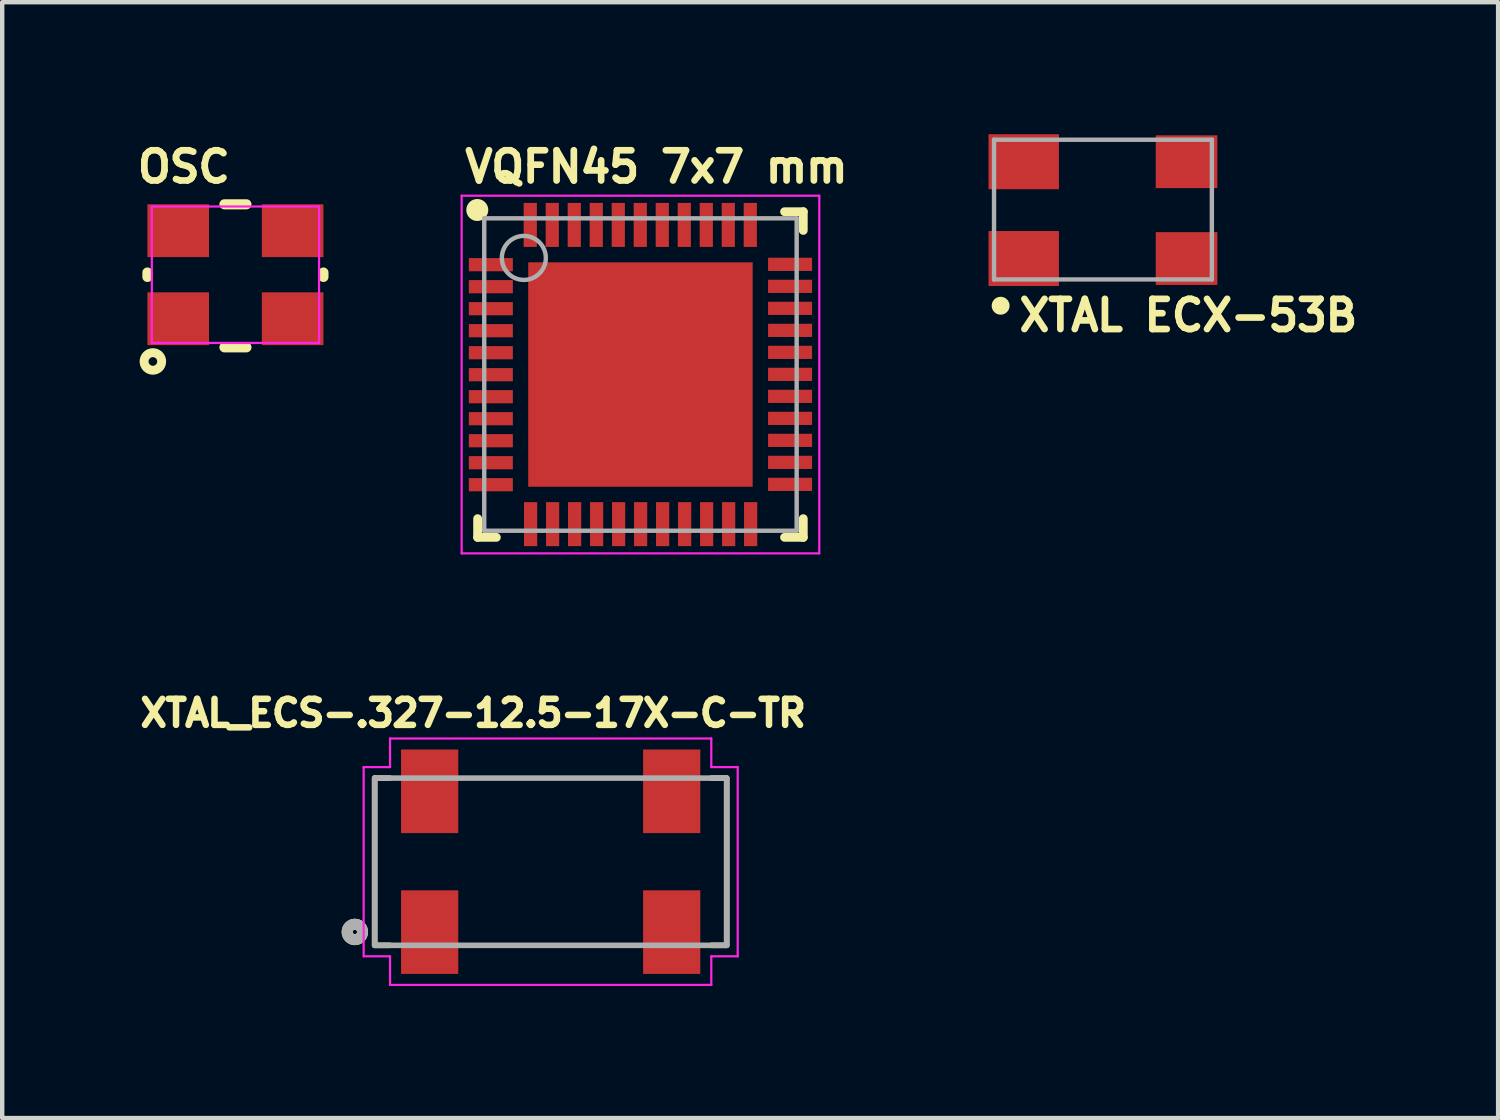
<source format=kicad_pcb>
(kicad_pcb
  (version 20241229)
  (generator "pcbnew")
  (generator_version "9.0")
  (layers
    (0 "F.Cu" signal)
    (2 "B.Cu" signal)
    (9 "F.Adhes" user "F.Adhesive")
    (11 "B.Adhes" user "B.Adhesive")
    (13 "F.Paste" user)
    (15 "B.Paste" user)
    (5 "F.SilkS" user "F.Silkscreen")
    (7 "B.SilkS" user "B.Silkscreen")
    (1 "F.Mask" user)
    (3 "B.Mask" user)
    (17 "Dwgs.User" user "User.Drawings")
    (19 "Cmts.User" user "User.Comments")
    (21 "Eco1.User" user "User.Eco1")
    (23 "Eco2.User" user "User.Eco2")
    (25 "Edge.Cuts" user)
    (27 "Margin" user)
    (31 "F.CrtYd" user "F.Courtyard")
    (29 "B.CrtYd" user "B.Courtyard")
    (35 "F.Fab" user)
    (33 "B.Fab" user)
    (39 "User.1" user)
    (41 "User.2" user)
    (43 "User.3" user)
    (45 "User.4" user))
  (footprint "VQFN45 7x7 mm"
    (layer "F.Cu")
    (at 11.504 5.461)
    (property "Reference" "VQFN45 7x7 mm" (at -4.064 -4.318 0) (unlocked yes) (layer "F.SilkS") (effects (font (size 0.686 0.686) (thickness 0.152)) (justify left bottom)))
    (fp_line (start -3.7 3.7) (end -3.7 3.275) (stroke (width 0.2) (type solid)) (layer "F.SilkS"))
    (fp_line (start -3.275 3.7) (end -3.7 3.7) (stroke (width 0.2) (type solid)) (layer "F.SilkS"))
    (fp_line (start 3.7 -3.7) (end 3.275 -3.7) (stroke (width 0.2) (type solid)) (layer "F.SilkS"))
    (fp_line (start 3.7 -3.275) (end 3.7 -3.7) (stroke (width 0.2) (type solid)) (layer "F.SilkS"))
    (fp_line (start 3.7 3.7) (end 3.275 3.7) (stroke (width 0.2) (type solid)) (layer "F.SilkS"))
    (fp_line (start 3.7 3.7) (end 3.7 3.275) (stroke (width 0.2) (type solid)) (layer "F.SilkS"))
    (fp_circle (center -3.708 -3.739) (end -3.833 -3.739) (stroke (width 0.25) (type solid)) (fill no) (layer "F.SilkS"))
    (fp_rect (start -2.5 -1.4) (end -1.4 -2.5) (stroke (width 0) (type default)) (fill yes) (layer "F.Paste"))
    (fp_rect (start -2.5 -0.1) (end -1.4 -1.2) (stroke (width 0) (type default)) (fill yes) (layer "F.Paste"))
    (fp_rect (start -2.5 1.2) (end -1.4 0.1) (stroke (width 0) (type default)) (fill yes) (layer "F.Paste"))
    (fp_rect (start -2.5 2.5) (end -1.4 1.4) (stroke (width 0) (type default)) (fill yes) (layer "F.Paste"))
    (fp_rect (start -1.2 -1.4) (end -0.1 -2.5) (stroke (width 0) (type default)) (fill yes) (layer "F.Paste"))
    (fp_rect (start -1.2 -0.1) (end -0.1 -1.2) (stroke (width 0) (type default)) (fill yes) (layer "F.Paste"))
    (fp_rect (start -1.2 1.2) (end -0.1 0.1) (stroke (width 0) (type default)) (fill yes) (layer "F.Paste"))
    (fp_rect (start -1.2 2.5) (end -0.1 1.4) (stroke (width 0) (type default)) (fill yes) (layer "F.Paste"))
    (fp_rect (start 0.1 -1.4) (end 1.2 -2.5) (stroke (width 0) (type default)) (fill yes) (layer "F.Paste"))
    (fp_rect (start 0.1 -0.1) (end 1.2 -1.2) (stroke (width 0) (type default)) (fill yes) (layer "F.Paste"))
    (fp_rect (start 0.1 1.2) (end 1.2 0.1) (stroke (width 0) (type default)) (fill yes) (layer "F.Paste"))
    (fp_rect (start 0.1 2.5) (end 1.2 1.4) (stroke (width 0) (type default)) (fill yes) (layer "F.Paste"))
    (fp_rect (start 1.4 -1.4) (end 2.5 -2.5) (stroke (width 0) (type default)) (fill yes) (layer "F.Paste"))
    (fp_rect (start 1.4 -0.1) (end 2.5 -1.2) (stroke (width 0) (type default)) (fill yes) (layer "F.Paste"))
    (fp_rect (start 1.4 1.2) (end 2.5 0.1) (stroke (width 0) (type default)) (fill yes) (layer "F.Paste"))
    (fp_rect (start 1.4 2.5) (end 2.5 1.4) (stroke (width 0) (type default)) (fill yes) (layer "F.Paste"))
    (fp_line (start 0 0.5) (end 0 -0.5) (stroke (width 0.1) (type solid)) (layer "Eco1.User"))
    (fp_line (start 0.5 0) (end -0.5 0) (stroke (width 0.1) (type solid)) (layer "Eco1.User"))
    (fp_line (start -4.064 4.064) (end -4.064 -4.064) (stroke (width 0.05) (type solid)) (layer "F.CrtYd"))
    (fp_line (start 4.064 -4.064) (end -4.064 -4.064) (stroke (width 0.05) (type solid)) (layer "F.CrtYd"))
    (fp_line (start 4.064 4.064) (end -4.064 4.064) (stroke (width 0.05) (type solid)) (layer "F.CrtYd"))
    (fp_line (start 4.064 4.064) (end 4.064 -4.064) (stroke (width 0.05) (type solid)) (layer "F.CrtYd"))
    (fp_line (start -3.55 3.55) (end -3.55 -3.55) (stroke (width 0.1) (type solid)) (layer "F.Fab"))
    (fp_line (start 3.55 -3.55) (end -3.55 -3.55) (stroke (width 0.1) (type solid)) (layer "F.Fab"))
    (fp_line (start 3.55 3.55) (end -3.55 3.55) (stroke (width 0.1) (type solid)) (layer "F.Fab"))
    (fp_line (start 3.55 3.55) (end 3.55 -3.55) (stroke (width 0.1) (type solid)) (layer "F.Fab"))
    (fp_circle (center -2.65 -2.65) (end -2.15 -2.65) (stroke (width 0.1) (type solid)) (fill no) (layer "F.Fab"))
    (pad "1" smd rect (at -3.4 -2.496 90) (size 0.3 1) (layers "F.Cu" "F.Mask" "F.Paste"))
    (pad "2" smd rect (at -3.4 -1.996 90) (size 0.3 1) (layers "F.Cu" "F.Mask" "F.Paste"))
    (pad "3" smd rect (at -3.4 -1.496 90) (size 0.3 1) (layers "F.Cu" "F.Mask" "F.Paste"))
    (pad "4" smd rect (at -3.4 -0.996 90) (size 0.3 1) (layers "F.Cu" "F.Mask" "F.Paste"))
    (pad "5" smd rect (at -3.4 -0.496 90) (size 0.3 1) (layers "F.Cu" "F.Mask" "F.Paste"))
    (pad "6" smd rect (at -3.4 0.004 90) (size 0.3 1) (layers "F.Cu" "F.Mask" "F.Paste"))
    (pad "7" smd rect (at -3.4 0.504 90) (size 0.3 1) (layers "F.Cu" "F.Mask" "F.Paste"))
    (pad "8" smd rect (at -3.4 1.004 90) (size 0.3 1) (layers "F.Cu" "F.Mask" "F.Paste"))
    (pad "9" smd rect (at -3.4 1.504 90) (size 0.3 1) (layers "F.Cu" "F.Mask" "F.Paste"))
    (pad "10" smd rect (at -3.4 2.004 90) (size 0.3 1) (layers "F.Cu" "F.Mask" "F.Paste"))
    (pad "11" smd rect (at -3.4 2.504 90) (size 0.3 1) (layers "F.Cu" "F.Mask" "F.Paste"))
    (pad "12" smd rect (at -2.496 3.4) (size 0.3 1) (layers "F.Cu" "F.Mask" "F.Paste"))
    (pad "13" smd rect (at -1.996 3.4) (size 0.3 1) (layers "F.Cu" "F.Mask" "F.Paste"))
    (pad "14" smd rect (at -1.496 3.4) (size 0.3 1) (layers "F.Cu" "F.Mask" "F.Paste"))
    (pad "15" smd rect (at -0.996 3.4) (size 0.3 1) (layers "F.Cu" "F.Mask" "F.Paste"))
    (pad "16" smd rect (at -0.496 3.4) (size 0.3 1) (layers "F.Cu" "F.Mask" "F.Paste"))
    (pad "17" smd rect (at 0.004 3.4) (size 0.3 1) (layers "F.Cu" "F.Mask" "F.Paste"))
    (pad "18" smd rect (at 0.504 3.4) (size 0.3 1) (layers "F.Cu" "F.Mask" "F.Paste"))
    (pad "19" smd rect (at 1.004 3.4) (size 0.3 1) (layers "F.Cu" "F.Mask" "F.Paste"))
    (pad "20" smd rect (at 1.504 3.4) (size 0.3 1) (layers "F.Cu" "F.Mask" "F.Paste"))
    (pad "21" smd rect (at 2.004 3.4) (size 0.3 1) (layers "F.Cu" "F.Mask" "F.Paste"))
    (pad "22" smd rect (at 2.504 3.4) (size 0.3 1) (layers "F.Cu" "F.Mask" "F.Paste"))
    (pad "23" smd rect (at 3.4 2.496 90) (size 0.3 1) (layers "F.Cu" "F.Mask" "F.Paste"))
    (pad "24" smd rect (at 3.4 1.996 90) (size 0.3 1) (layers "F.Cu" "F.Mask" "F.Paste"))
    (pad "25" smd rect (at 3.4 1.496 90) (size 0.3 1) (layers "F.Cu" "F.Mask" "F.Paste"))
    (pad "26" smd rect (at 3.4 0.996 90) (size 0.3 1) (layers "F.Cu" "F.Mask" "F.Paste"))
    (pad "27" smd rect (at 3.4 0.496 90) (size 0.3 1) (layers "F.Cu" "F.Mask" "F.Paste"))
    (pad "28" smd rect (at 3.4 -0.004 90) (size 0.3 1) (layers "F.Cu" "F.Mask" "F.Paste"))
    (pad "29" smd rect (at 3.4 -0.504 90) (size 0.3 1) (layers "F.Cu" "F.Mask" "F.Paste"))
    (pad "30" smd rect (at 3.4 -1.004 90) (size 0.3 1) (layers "F.Cu" "F.Mask" "F.Paste"))
    (pad "31" smd rect (at 3.4 -1.504 90) (size 0.3 1) (layers "F.Cu" "F.Mask" "F.Paste"))
    (pad "32" smd rect (at 3.4 -2.004 90) (size 0.3 1) (layers "F.Cu" "F.Mask" "F.Paste"))
    (pad "33" smd rect (at 3.4 -2.504 90) (size 0.3 1) (layers "F.Cu" "F.Mask" "F.Paste"))
    (pad "34" smd rect (at 2.496 -3.4) (size 0.3 1) (layers "F.Cu" "F.Mask" "F.Paste"))
    (pad "35" smd rect (at 1.996 -3.4) (size 0.3 1) (layers "F.Cu" "F.Mask" "F.Paste"))
    (pad "36" smd rect (at 1.496 -3.4) (size 0.3 1) (layers "F.Cu" "F.Mask" "F.Paste"))
    (pad "37" smd rect (at 0.996 -3.4) (size 0.3 1) (layers "F.Cu" "F.Mask" "F.Paste"))
    (pad "38" smd rect (at 0.496 -3.4) (size 0.3 1) (layers "F.Cu" "F.Mask" "F.Paste"))
    (pad "39" smd rect (at -0.004 -3.4) (size 0.3 1) (layers "F.Cu" "F.Mask" "F.Paste"))
    (pad "40" smd rect (at -0.504 -3.4) (size 0.3 1) (layers "F.Cu" "F.Mask" "F.Paste"))
    (pad "41" smd rect (at -1.004 -3.4) (size 0.3 1) (layers "F.Cu" "F.Mask" "F.Paste"))
    (pad "42" smd rect (at -1.504 -3.4) (size 0.3 1) (layers "F.Cu" "F.Mask" "F.Paste"))
    (pad "43" smd rect (at -2.004 -3.4) (size 0.3 1) (layers "F.Cu" "F.Mask" "F.Paste"))
    (pad "44" smd rect (at -2.504 -3.4) (size 0.3 1) (layers "F.Cu" "F.Mask" "F.Paste"))
    (pad "45" smd rect (at 0 0) (size 5.1 5.1) (layers "F.Cu" "F.Mask" "F.Paste")))
  (footprint "OSC"
    (layer "F.Cu")
    (at 2.3 3.193)
    (property "Reference" "OSC" (at -2.3 -2.05 0) (unlocked yes) (layer "F.SilkS") (effects (font (size 0.686 0.686) (thickness 0.152)) (justify left bottom)))
    (fp_line (start -2 -0.05) (end -2 0.05) (stroke (width 0.23) (type solid)) (layer "F.SilkS"))
    (fp_line (start 0.25 -1.6) (end -0.25 -1.6) (stroke (width 0.23) (type solid)) (layer "F.SilkS"))
    (fp_line (start 0.25 1.65) (end -0.25 1.65) (stroke (width 0.23) (type solid)) (layer "F.SilkS"))
    (fp_line (start 2 -0.05) (end 2 0.05) (stroke (width 0.23) (type solid)) (layer "F.SilkS"))
    (fp_circle (center -1.876 1.971) (end -1.779 1.955) (stroke (width 0.203) (type solid)) (fill no) (layer "F.SilkS"))
    (fp_line (start -1.9 -1.55) (end -1.9 1.55) (stroke (width 0.05) (type solid)) (layer "F.CrtYd"))
    (fp_line (start 1.9 -1.55) (end -1.9 -1.55) (stroke (width 0.05) (type solid)) (layer "F.CrtYd"))
    (fp_line (start 1.9 -1.55) (end 1.9 1.55) (stroke (width 0.05) (type solid)) (layer "F.CrtYd"))
    (fp_line (start 1.9 1.55) (end -1.9 1.55) (stroke (width 0.05) (type solid)) (layer "F.CrtYd"))
    (pad "1" smd rect (at -1.3 1 180) (size 1.4 1.2) (layers "F.Cu" "F.Mask" "F.Paste"))
    (pad "2" smd rect (at 1.3 1 180) (size 1.4 1.2) (layers "F.Cu" "F.Mask" "F.Paste"))
    (pad "3" smd rect (at 1.3 -1 180) (size 1.4 1.2) (layers "F.Cu" "F.Mask" "F.Paste"))
    (pad "4" smd rect (at -1.3 -1 180) (size 1.4 1.2) (layers "F.Cu" "F.Mask" "F.Paste")))
  (footprint "XTAL ECX-53B"
    (layer "F.Cu")
    (at 22.064 1.725)
    (property "Reference" "XTAL ECX-53B" (at -2.032 2.794 0) (unlocked yes) (layer "F.SilkS") (effects (font (size 0.686 0.686) (thickness 0.152)) (justify left bottom)))
    (fp_circle (center -2.375 2.173) (end -2.273 2.173) (stroke (width 0.203) (type solid)) (fill no) (layer "F.SilkS"))
    (fp_line (start -2.525 -1.6) (end -2.525 1.575) (stroke (width 0.1) (type solid)) (layer "F.Fab"))
    (fp_line (start -2.525 -1.6) (end 2.425 -1.6) (stroke (width 0.1) (type solid)) (layer "F.Fab"))
    (fp_line (start -2.525 1.575) (end 2.425 1.575) (stroke (width 0.1) (type solid)) (layer "F.Fab"))
    (fp_line (start 2.425 -1.6) (end 2.425 1.575) (stroke (width 0.1) (type solid)) (layer "F.Fab"))
    (pad "1" smd rect (at -1.85 1.1 180) (size 1.6 1.25) (layers "F.Cu" "F.Mask" "F.Paste"))
    (pad "2" smd rect (at 1.85 1.1 180) (size 1.4 1.2) (layers "F.Cu" "F.Mask" "F.Paste"))
    (pad "3" smd rect (at 1.85 -1.1 180) (size 1.4 1.2) (layers "F.Cu" "F.Mask" "F.Paste"))
    (pad "4" smd rect (at -1.85 -1.1 180) (size 1.6 1.25) (layers "F.Cu" "F.Mask" "F.Paste")))
  (footprint "XTAL_ECS-.327-12.5-17X-C-TR"
    (layer "F.Cu")
    (at 9.464 16.532)
    (property "Reference" "XTAL_ECS-.327-12.5-17X-C-TR" (at -1.762 -3.376 0) (layer "F.SilkS") (effects (font (size 0.592 0.592) (thickness 0.148))))
    (attr smd)
    (fp_line (start -4 1.9) (end -4 -1.9) (stroke (width 0.127) (type solid)) (layer "F.SilkS"))
    (fp_line (start -3.99 -1.9) (end -3.654 -1.9) (stroke (width 0.127) (type solid)) (layer "F.SilkS"))
    (fp_line (start -3.99 1.9) (end -3.654 1.9) (stroke (width 0.127) (type solid)) (layer "F.SilkS"))
    (fp_line (start 3.97 -1.9) (end 3.654 -1.9) (stroke (width 0.127) (type solid)) (layer "F.SilkS"))
    (fp_line (start 3.98 1.89) (end 3.98 1.9) (stroke (width 0.127) (type solid)) (layer "F.SilkS"))
    (fp_line (start 3.98 1.9) (end 3.654 1.9) (stroke (width 0.127) (type solid)) (layer "F.SilkS"))
    (fp_line (start 4 -1.9) (end 4 1.9) (stroke (width 0.127) (type solid)) (layer "F.SilkS"))
    (fp_circle (center -4.45 1.596) (end -4.4 1.596) (stroke (width 0.25) (type solid)) (fill no) (layer "F.SilkS"))
    (fp_line (start -4.25 -2.15) (end -3.65 -2.15) (stroke (width 0.05) (type solid)) (layer "F.CrtYd"))
    (fp_line (start -4.25 2.15) (end -4.25 -2.15) (stroke (width 0.05) (type solid)) (layer "F.CrtYd"))
    (fp_line (start -3.65 -2.8) (end 3.65 -2.8) (stroke (width 0.05) (type solid)) (layer "F.CrtYd"))
    (fp_line (start -3.65 -2.15) (end -3.65 -2.8) (stroke (width 0.05) (type solid)) (layer "F.CrtYd"))
    (fp_line (start -3.65 2.15) (end -4.25 2.15) (stroke (width 0.05) (type solid)) (layer "F.CrtYd"))
    (fp_line (start -3.65 2.8) (end -3.65 2.15) (stroke (width 0.05) (type solid)) (layer "F.CrtYd"))
    (fp_line (start 3.65 -2.8) (end 3.65 -2.15) (stroke (width 0.05) (type solid)) (layer "F.CrtYd"))
    (fp_line (start 3.65 -2.15) (end 4.25 -2.15) (stroke (width 0.05) (type solid)) (layer "F.CrtYd"))
    (fp_line (start 3.65 2.15) (end 3.65 2.8) (stroke (width 0.05) (type solid)) (layer "F.CrtYd"))
    (fp_line (start 3.65 2.8) (end -3.65 2.8) (stroke (width 0.05) (type solid)) (layer "F.CrtYd"))
    (fp_line (start 4.25 -2.15) (end 4.25 2.15) (stroke (width 0.05) (type solid)) (layer "F.CrtYd"))
    (fp_line (start 4.25 2.15) (end 3.65 2.15) (stroke (width 0.05) (type solid)) (layer "F.CrtYd"))
    (fp_line (start -4 -1.9) (end 4 -1.9) (stroke (width 0.127) (type solid)) (layer "F.Fab"))
    (fp_line (start -4 1.9) (end -4 -1.9) (stroke (width 0.127) (type solid)) (layer "F.Fab"))
    (fp_line (start 4 -1.9) (end 4 1.9) (stroke (width 0.127) (type solid)) (layer "F.Fab"))
    (fp_line (start 4 1.9) (end -4 1.9) (stroke (width 0.127) (type solid)) (layer "F.Fab"))
    (fp_circle (center -4.45 1.596) (end -4.4 1.596) (stroke (width 0.25) (type solid)) (fill no) (layer "F.Fab"))
    (pad "1" smd rect (at -2.75 1.6) (size 1.3 1.9) (layers "F.Cu" "F.Mask" "F.Paste"))
    (pad "2" smd rect (at 2.75 1.6) (size 1.3 1.9) (layers "F.Cu" "F.Mask" "F.Paste"))
    (pad "3" smd rect (at 2.75 -1.6) (size 1.3 1.9) (layers "F.Cu" "F.Mask" "F.Paste"))
    (pad "4" smd rect (at -2.75 -1.6) (size 1.3 1.9) (layers "F.Cu" "F.Mask" "F.Paste")))
  (gr_rect
    (start -3 -3)
    (end 30.994 22.357)
    (stroke (width 0.1) (type default))
    (fill no)
    (layer "Edge.Cuts")))
</source>
